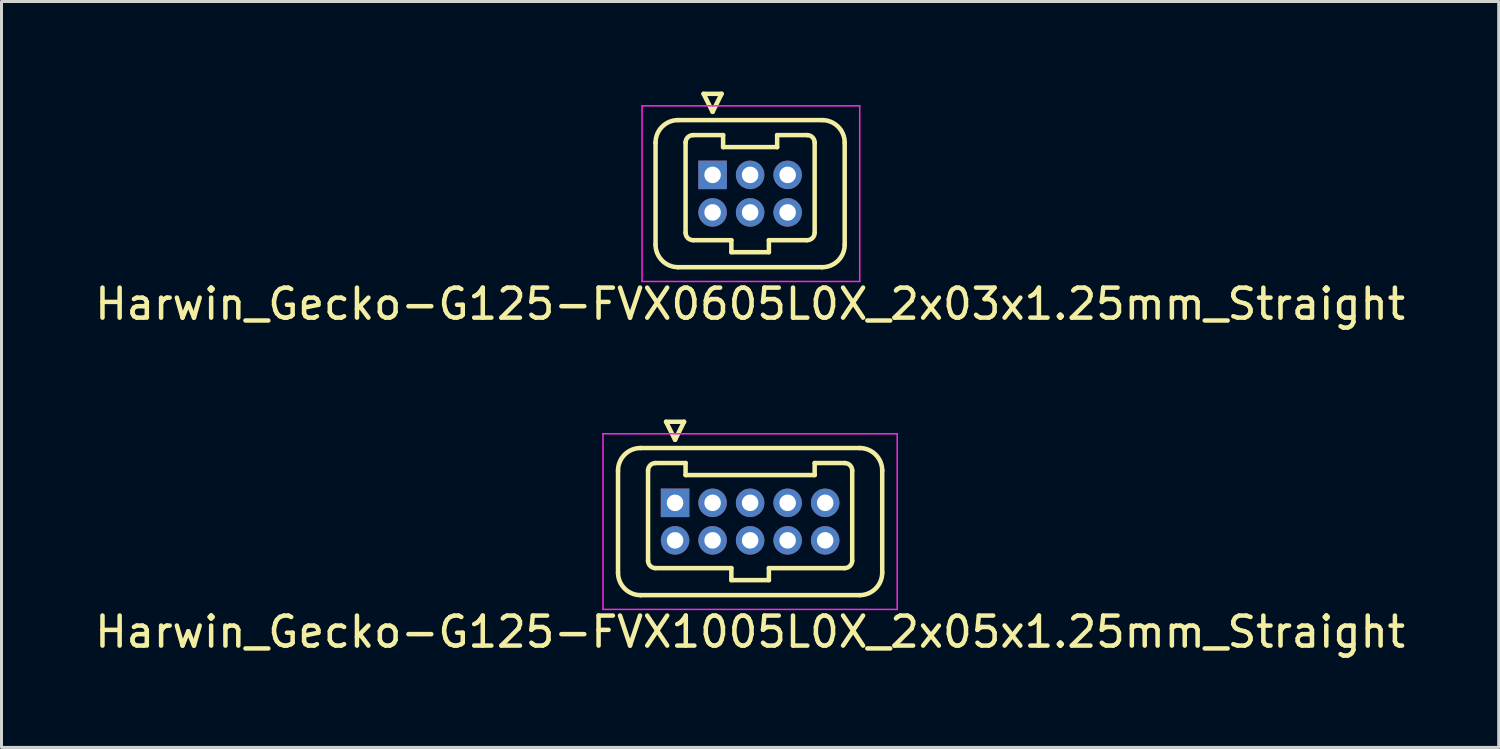
<source format=kicad_pcb>
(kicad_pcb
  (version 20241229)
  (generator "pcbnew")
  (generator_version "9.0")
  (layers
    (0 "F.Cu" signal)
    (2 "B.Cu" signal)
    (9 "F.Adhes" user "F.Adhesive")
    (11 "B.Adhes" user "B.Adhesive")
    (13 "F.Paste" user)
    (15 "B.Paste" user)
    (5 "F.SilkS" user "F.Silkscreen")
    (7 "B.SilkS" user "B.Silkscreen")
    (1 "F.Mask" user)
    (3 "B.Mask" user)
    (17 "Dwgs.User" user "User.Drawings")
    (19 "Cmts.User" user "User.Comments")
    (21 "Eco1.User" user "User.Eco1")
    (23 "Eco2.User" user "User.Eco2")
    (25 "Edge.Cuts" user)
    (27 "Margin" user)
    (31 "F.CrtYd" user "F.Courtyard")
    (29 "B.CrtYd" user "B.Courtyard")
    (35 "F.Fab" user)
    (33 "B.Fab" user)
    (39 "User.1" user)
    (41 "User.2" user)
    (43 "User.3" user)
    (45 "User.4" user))
  (footprint "Harwin_Gecko-G125-FVX0605L0X_2x03x1.25mm_Straight"
    (layer "F.Cu")
    (at 20.685 2.775)
    (property "Reference" "Harwin_Gecko-G125-FVX0605L0X_2x03x1.25mm_Straight" (at 1.25 4.3 0) (layer "F.SilkS") (effects (font (size 1 1) (thickness 0.15))))
    (attr through_hole)
    (fp_line (start -1.9 -1.075) (end -1.9 2.325) (stroke (width 0.15) (type solid)) (layer "F.SilkS"))
    (fp_line (start -1.15 -1.825) (end 3.65 -1.825) (stroke (width 0.15) (type solid)) (layer "F.SilkS"))
    (fp_line (start -1.15 3.075) (end 3.65 3.075) (stroke (width 0.15) (type solid)) (layer "F.SilkS"))
    (fp_line (start -0.9 -1.075) (end -0.9 1.925) (stroke (width 0.15) (type solid)) (layer "F.SilkS"))
    (fp_line (start -0.65 -1.325) (end 0.35 -1.325) (stroke (width 0.15) (type solid)) (layer "F.SilkS"))
    (fp_line (start -0.65 2.175) (end 0.625 2.175) (stroke (width 0.15) (type solid)) (layer "F.SilkS"))
    (fp_line (start -0.3 -2.7) (end 0.3 -2.7) (stroke (width 0.15) (type solid)) (layer "F.SilkS"))
    (fp_line (start 0 -2.1) (end -0.3 -2.7) (stroke (width 0.15) (type solid)) (layer "F.SilkS"))
    (fp_line (start 0.3 -2.7) (end 0 -2.1) (stroke (width 0.15) (type solid)) (layer "F.SilkS"))
    (fp_line (start 0.35 -1.325) (end 0.35 -0.925) (stroke (width 0.15) (type solid)) (layer "F.SilkS"))
    (fp_line (start 0.35 -0.925) (end 2.15 -0.925) (stroke (width 0.15) (type solid)) (layer "F.SilkS"))
    (fp_line (start 0.625 2.175) (end 0.625 2.575) (stroke (width 0.15) (type solid)) (layer "F.SilkS"))
    (fp_line (start 0.625 2.575) (end 1.875 2.575) (stroke (width 0.15) (type solid)) (layer "F.SilkS"))
    (fp_line (start 1.875 2.175) (end 3.15 2.175) (stroke (width 0.15) (type solid)) (layer "F.SilkS"))
    (fp_line (start 1.875 2.575) (end 1.875 2.175) (stroke (width 0.15) (type solid)) (layer "F.SilkS"))
    (fp_line (start 2.15 -1.325) (end 3.15 -1.325) (stroke (width 0.15) (type solid)) (layer "F.SilkS"))
    (fp_line (start 2.15 -0.925) (end 2.15 -1.325) (stroke (width 0.15) (type solid)) (layer "F.SilkS"))
    (fp_line (start 3.4 -1.075) (end 3.4 1.925) (stroke (width 0.15) (type solid)) (layer "F.SilkS"))
    (fp_line (start 4.4 -1.075) (end 4.4 2.325) (stroke (width 0.15) (type solid)) (layer "F.SilkS"))
    (fp_arc (start -1.9 -1.075) (mid -1.68033 -1.60533) (end -1.15 -1.825) (stroke (width 0.15) (type solid)) (layer "F.SilkS"))
    (fp_arc (start -1.15 3.075) (mid -1.68033 2.85533) (end -1.9 2.325) (stroke (width 0.15) (type solid)) (layer "F.SilkS"))
    (fp_arc (start -0.9 -1.075) (mid -0.826777 -1.251777) (end -0.65 -1.325) (stroke (width 0.15) (type solid)) (layer "F.SilkS"))
    (fp_arc (start -0.65 2.175) (mid -0.826777 2.101777) (end -0.9 1.925) (stroke (width 0.15) (type solid)) (layer "F.SilkS"))
    (fp_arc (start 3.15 -1.325) (mid 3.326777 -1.251777) (end 3.4 -1.075) (stroke (width 0.15) (type solid)) (layer "F.SilkS"))
    (fp_arc (start 3.4 1.925) (mid 3.326777 2.101777) (end 3.15 2.175) (stroke (width 0.15) (type solid)) (layer "F.SilkS"))
    (fp_arc (start 3.65 -1.825) (mid 4.18033 -1.60533) (end 4.4 -1.075) (stroke (width 0.15) (type solid)) (layer "F.SilkS"))
    (fp_arc (start 4.4 2.325) (mid 4.18033 2.85533) (end 3.65 3.075) (stroke (width 0.15) (type solid)) (layer "F.SilkS"))
    (fp_line (start -2.35 -2.3) (end -2.35 3.55) (stroke (width 0.05) (type solid)) (layer "F.CrtYd"))
    (fp_line (start -2.35 3.55) (end 4.9 3.55) (stroke (width 0.05) (type solid)) (layer "F.CrtYd"))
    (fp_line (start 4.9 -2.3) (end -2.35 -2.3) (stroke (width 0.05) (type solid)) (layer "F.CrtYd"))
    (fp_line (start 4.9 3.55) (end 4.9 -2.3) (stroke (width 0.05) (type solid)) (layer "F.CrtYd"))
    (pad "1" thru_hole rect (at 0 0) (size 0.95 0.95) (drill 0.55) (layers "*.Cu" "*.Mask"))
    (pad "2" thru_hole circle (at 0 1.25) (size 0.95 0.95) (drill 0.55) (layers "*.Cu" "*.Mask"))
    (pad "3" thru_hole circle (at 1.25 0) (size 0.95 0.95) (drill 0.55) (layers "*.Cu" "*.Mask"))
    (pad "4" thru_hole circle (at 1.25 1.25) (size 0.95 0.95) (drill 0.55) (layers "*.Cu" "*.Mask"))
    (pad "5" thru_hole circle (at 2.5 0) (size 0.95 0.95) (drill 0.55) (layers "*.Cu" "*.Mask"))
    (pad "6" thru_hole circle (at 2.5 1.25) (size 0.95 0.95) (drill 0.55) (layers "*.Cu" "*.Mask")))
  (footprint "Harwin_Gecko-G125-FVX1005L0X_2x05x1.25mm_Straight"
    (layer "F.Cu")
    (at 19.435 13.698)
    (property "Reference" "Harwin_Gecko-G125-FVX1005L0X_2x05x1.25mm_Straight" (at 2.5 4.3 0) (layer "F.SilkS") (effects (font (size 1 1) (thickness 0.15))))
    (attr through_hole)
    (fp_line (start -1.9 -1.075) (end -1.9 2.325) (stroke (width 0.15) (type solid)) (layer "F.SilkS"))
    (fp_line (start -1.15 -1.825) (end 6.15 -1.825) (stroke (width 0.15) (type solid)) (layer "F.SilkS"))
    (fp_line (start -1.15 3.075) (end 6.15 3.075) (stroke (width 0.15) (type solid)) (layer "F.SilkS"))
    (fp_line (start -0.9 -1.075) (end -0.9 1.925) (stroke (width 0.15) (type solid)) (layer "F.SilkS"))
    (fp_line (start -0.65 -1.325) (end 0.35 -1.325) (stroke (width 0.15) (type solid)) (layer "F.SilkS"))
    (fp_line (start -0.65 2.175) (end 1.875 2.175) (stroke (width 0.15) (type solid)) (layer "F.SilkS"))
    (fp_line (start -0.3 -2.7) (end 0.3 -2.7) (stroke (width 0.15) (type solid)) (layer "F.SilkS"))
    (fp_line (start 0 -2.1) (end -0.3 -2.7) (stroke (width 0.15) (type solid)) (layer "F.SilkS"))
    (fp_line (start 0.3 -2.7) (end 0 -2.1) (stroke (width 0.15) (type solid)) (layer "F.SilkS"))
    (fp_line (start 0.35 -1.325) (end 0.35 -0.925) (stroke (width 0.15) (type solid)) (layer "F.SilkS"))
    (fp_line (start 0.35 -0.925) (end 4.65 -0.925) (stroke (width 0.15) (type solid)) (layer "F.SilkS"))
    (fp_line (start 1.875 2.175) (end 1.875 2.575) (stroke (width 0.15) (type solid)) (layer "F.SilkS"))
    (fp_line (start 1.875 2.575) (end 3.125 2.575) (stroke (width 0.15) (type solid)) (layer "F.SilkS"))
    (fp_line (start 3.125 2.175) (end 5.65 2.175) (stroke (width 0.15) (type solid)) (layer "F.SilkS"))
    (fp_line (start 3.125 2.575) (end 3.125 2.175) (stroke (width 0.15) (type solid)) (layer "F.SilkS"))
    (fp_line (start 4.65 -1.325) (end 5.65 -1.325) (stroke (width 0.15) (type solid)) (layer "F.SilkS"))
    (fp_line (start 4.65 -0.925) (end 4.65 -1.325) (stroke (width 0.15) (type solid)) (layer "F.SilkS"))
    (fp_line (start 5.9 -1.075) (end 5.9 1.925) (stroke (width 0.15) (type solid)) (layer "F.SilkS"))
    (fp_line (start 6.9 -1.075) (end 6.9 2.325) (stroke (width 0.15) (type solid)) (layer "F.SilkS"))
    (fp_arc (start -1.9 -1.075) (mid -1.68033 -1.60533) (end -1.15 -1.825) (stroke (width 0.15) (type solid)) (layer "F.SilkS"))
    (fp_arc (start -1.15 3.075) (mid -1.68033 2.85533) (end -1.9 2.325) (stroke (width 0.15) (type solid)) (layer "F.SilkS"))
    (fp_arc (start -0.9 -1.075) (mid -0.826777 -1.251777) (end -0.65 -1.325) (stroke (width 0.15) (type solid)) (layer "F.SilkS"))
    (fp_arc (start -0.65 2.175) (mid -0.826777 2.101777) (end -0.9 1.925) (stroke (width 0.15) (type solid)) (layer "F.SilkS"))
    (fp_arc (start 5.65 -1.325) (mid 5.826777 -1.251777) (end 5.9 -1.075) (stroke (width 0.15) (type solid)) (layer "F.SilkS"))
    (fp_arc (start 5.9 1.925) (mid 5.826777 2.101777) (end 5.65 2.175) (stroke (width 0.15) (type solid)) (layer "F.SilkS"))
    (fp_arc (start 6.15 -1.825) (mid 6.68033 -1.60533) (end 6.9 -1.075) (stroke (width 0.15) (type solid)) (layer "F.SilkS"))
    (fp_arc (start 6.9 2.325) (mid 6.68033 2.85533) (end 6.15 3.075) (stroke (width 0.15) (type solid)) (layer "F.SilkS"))
    (fp_line (start -2.4 -2.3) (end -2.4 3.55) (stroke (width 0.05) (type solid)) (layer "F.CrtYd"))
    (fp_line (start -2.4 3.55) (end 7.4 3.55) (stroke (width 0.05) (type solid)) (layer "F.CrtYd"))
    (fp_line (start 7.4 -2.3) (end -2.4 -2.3) (stroke (width 0.05) (type solid)) (layer "F.CrtYd"))
    (fp_line (start 7.4 3.55) (end 7.4 -2.3) (stroke (width 0.05) (type solid)) (layer "F.CrtYd"))
    (pad "1" thru_hole rect (at 0 0) (size 0.95 0.95) (drill 0.55) (layers "*.Cu" "*.Mask"))
    (pad "2" thru_hole circle (at 0 1.25) (size 0.95 0.95) (drill 0.55) (layers "*.Cu" "*.Mask"))
    (pad "3" thru_hole circle (at 1.25 0) (size 0.95 0.95) (drill 0.55) (layers "*.Cu" "*.Mask"))
    (pad "4" thru_hole circle (at 1.25 1.25) (size 0.95 0.95) (drill 0.55) (layers "*.Cu" "*.Mask"))
    (pad "5" thru_hole circle (at 2.5 0) (size 0.95 0.95) (drill 0.55) (layers "*.Cu" "*.Mask"))
    (pad "6" thru_hole circle (at 2.5 1.25) (size 0.95 0.95) (drill 0.55) (layers "*.Cu" "*.Mask"))
    (pad "7" thru_hole circle (at 3.75 0) (size 0.95 0.95) (drill 0.55) (layers "*.Cu" "*.Mask"))
    (pad "8" thru_hole circle (at 3.75 1.25) (size 0.95 0.95) (drill 0.55) (layers "*.Cu" "*.Mask"))
    (pad "9" thru_hole circle (at 5 0) (size 0.95 0.95) (drill 0.55) (layers "*.Cu" "*.Mask"))
    (pad "10" thru_hole circle (at 5 1.25) (size 0.95 0.95) (drill 0.55) (layers "*.Cu" "*.Mask")))
  (gr_rect
    (start -3 -3)
    (end 46.869 21.846)
    (stroke (width 0.1) (type default))
    (fill no)
    (layer "Edge.Cuts")))
</source>
